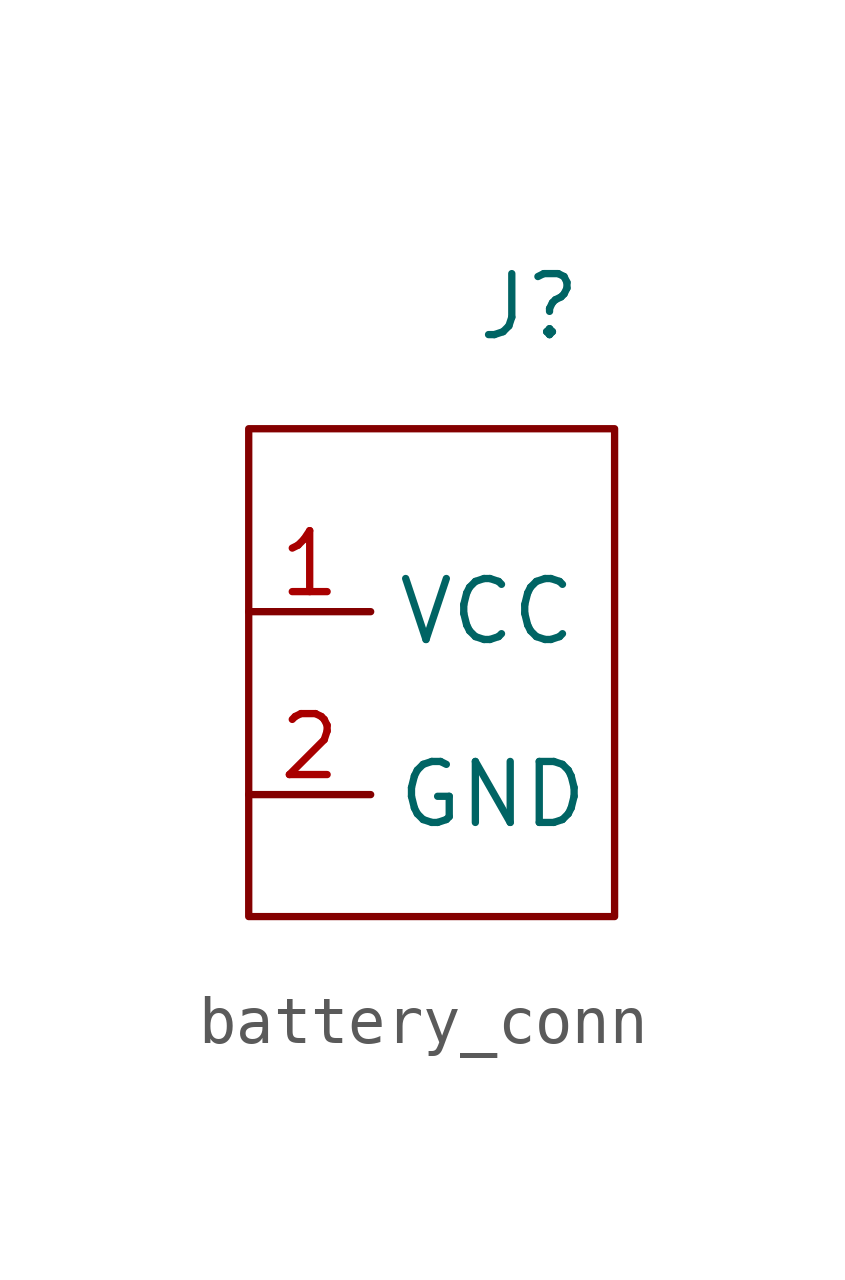
<source format=kicad_sym>
(kicad_symbol_lib
  (version 20231120)
  (generator "kicad_symbol_editor")
  (generator_version "8.0")
  (symbol "battery_conn"
    (property "Reference" "J"
      (at 2.032 7.62 0)
      (effects (font (size 1.27 1.27))))
    (property "Value" ""
      (at -2.54 0 0)
      (effects (font (size 1.27 1.27))))
    (symbol "battery_conn_0_1"
      (rectangle (start -3.81 5.08) (end 3.81 -5.08) (stroke (width 0) (type default)) (fill (type none))))
    (symbol "battery_conn_1_1"
      (pin power_out line (at -3.81 1.27 0) (length 2.54) (name "VCC" (effects (font (size 1.27 1.27)))) (number "1" (effects (font (size 1.27 1.27)))))
      (pin power_out line (at -3.81 -2.54 0) (length 2.54) (name "GND" (effects (font (size 1.27 1.27)))) (number "2" (effects (font (size 1.27 1.27))))))))
</source>
